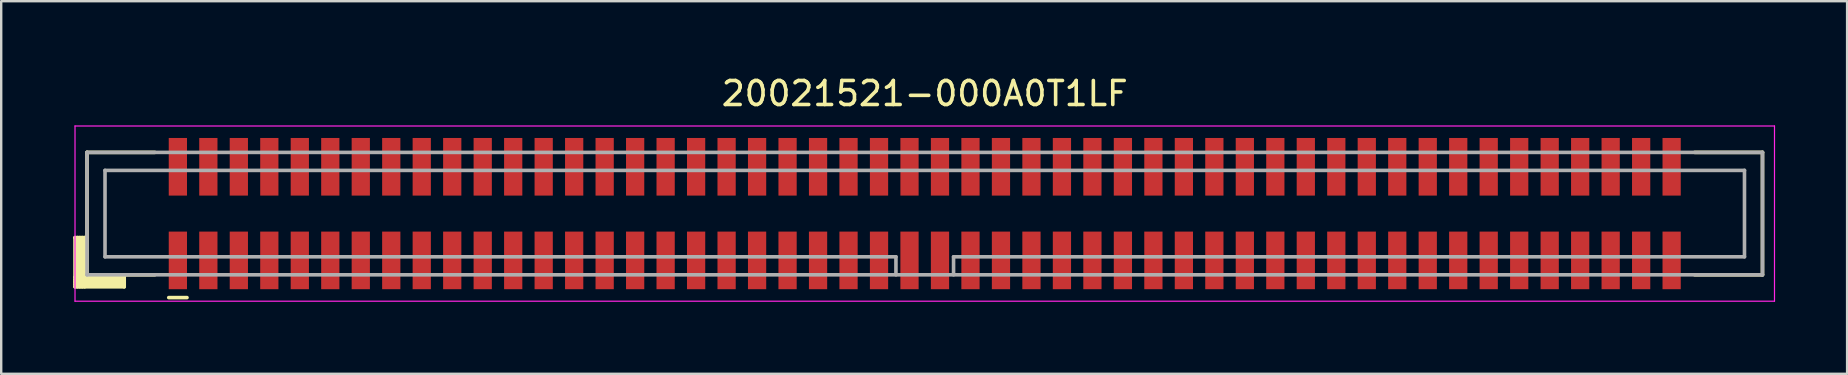
<source format=kicad_pcb>
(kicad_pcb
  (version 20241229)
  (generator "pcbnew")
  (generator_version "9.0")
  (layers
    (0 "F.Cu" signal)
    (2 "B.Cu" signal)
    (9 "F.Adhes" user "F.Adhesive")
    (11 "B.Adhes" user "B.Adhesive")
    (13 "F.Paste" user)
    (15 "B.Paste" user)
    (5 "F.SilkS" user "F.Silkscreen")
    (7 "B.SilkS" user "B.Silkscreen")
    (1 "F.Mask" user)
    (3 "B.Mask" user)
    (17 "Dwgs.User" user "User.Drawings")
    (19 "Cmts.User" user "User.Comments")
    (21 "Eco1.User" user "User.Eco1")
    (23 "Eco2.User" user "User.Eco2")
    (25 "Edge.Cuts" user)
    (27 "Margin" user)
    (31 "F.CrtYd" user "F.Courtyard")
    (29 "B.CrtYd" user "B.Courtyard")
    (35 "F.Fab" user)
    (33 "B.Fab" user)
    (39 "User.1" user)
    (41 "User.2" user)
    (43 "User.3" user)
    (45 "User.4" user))
  (footprint "20021521-000A0T1LF"
    (layer "F.Cu")
    (at 35.475 5.848)
    (property "Reference" "20021521-000A0T1LF" (at 0 -5 0) (layer "F.SilkS") (effects (font (size 1 1) (thickness 0.15))))
    (attr smd)
    (fp_line (start -35.4 1) (end -35.4 3.05) (stroke (width 0.15) (type solid)) (layer "F.SilkS"))
    (fp_line (start -35.4 1) (end -34.925 1) (stroke (width 0.15) (type solid)) (layer "F.SilkS"))
    (fp_line (start -35.4 2.65) (end -33.35 2.65) (stroke (width 0.15) (type solid)) (layer "F.SilkS"))
    (fp_line (start -35.4 2.75) (end -33.35 2.75) (stroke (width 0.15) (type solid)) (layer "F.SilkS"))
    (fp_line (start -35.4 2.85) (end -33.35 2.85) (stroke (width 0.15) (type solid)) (layer "F.SilkS"))
    (fp_line (start -35.4 2.95) (end -33.35 2.95) (stroke (width 0.15) (type solid)) (layer "F.SilkS"))
    (fp_line (start -35.4 3.05) (end -33.35 3.05) (stroke (width 0.15) (type solid)) (layer "F.SilkS"))
    (fp_line (start -35.3 1) (end -35.3 3.05) (stroke (width 0.15) (type solid)) (layer "F.SilkS"))
    (fp_line (start -35.2 1) (end -35.2 3.05) (stroke (width 0.15) (type solid)) (layer "F.SilkS"))
    (fp_line (start -35.1 1) (end -35.1 3.05) (stroke (width 0.15) (type solid)) (layer "F.SilkS"))
    (fp_line (start -35 1) (end -35 3.05) (stroke (width 0.15) (type solid)) (layer "F.SilkS"))
    (fp_line (start -34.9 -2.55) (end -34.9 2.55) (stroke (width 0.15) (type solid)) (layer "F.SilkS"))
    (fp_line (start -34.9 -2.55) (end -32.075 -2.55) (stroke (width 0.15) (type solid)) (layer "F.SilkS"))
    (fp_line (start -34.9 2.55) (end -32.075 2.55) (stroke (width 0.15) (type solid)) (layer "F.SilkS"))
    (fp_line (start -33.35 2.55) (end -33.35 3.05) (stroke (width 0.15) (type solid)) (layer "F.SilkS"))
    (fp_line (start -31.495 3.5) (end -30.735 3.5) (stroke (width 0.15) (type solid)) (layer "F.SilkS"))
    (fp_line (start 32.075 -2.55) (end 34.9 -2.55) (stroke (width 0.15) (type solid)) (layer "F.SilkS"))
    (fp_line (start 32.075 2.55) (end 34.9 2.55) (stroke (width 0.15) (type solid)) (layer "F.SilkS"))
    (fp_line (start 34.9 -2.55) (end 34.9 2.55) (stroke (width 0.15) (type solid)) (layer "F.SilkS"))
    (fp_line (start -35.4 -3.65) (end -35.4 3.65) (stroke (width 0.05) (type solid)) (layer "F.CrtYd"))
    (fp_line (start -35.4 -3.65) (end 35.4 -3.65) (stroke (width 0.05) (type solid)) (layer "F.CrtYd"))
    (fp_line (start -35.4 3.65) (end 35.4 3.65) (stroke (width 0.05) (type solid)) (layer "F.CrtYd"))
    (fp_line (start 35.4 -3.65) (end 35.4 3.65) (stroke (width 0.05) (type solid)) (layer "F.CrtYd"))
    (fp_line (start -34.9 -2.55) (end -34.9 2.55) (stroke (width 0.15) (type solid)) (layer "F.Fab"))
    (fp_line (start -34.9 -2.55) (end 34.9 -2.55) (stroke (width 0.15) (type solid)) (layer "F.Fab"))
    (fp_line (start -34.9 2.55) (end 34.9 2.55) (stroke (width 0.15) (type solid)) (layer "F.Fab"))
    (fp_line (start -34.15 -1.8) (end -34.15 1.8) (stroke (width 0.15) (type solid)) (layer "F.Fab"))
    (fp_line (start -34.15 -1.8) (end 34.15 -1.8) (stroke (width 0.15) (type solid)) (layer "F.Fab"))
    (fp_line (start -34.15 1.8) (end -1.2 1.8) (stroke (width 0.15) (type solid)) (layer "F.Fab"))
    (fp_line (start -1.2 1.8) (end -1.2 2.55) (stroke (width 0.15) (type solid)) (layer "F.Fab"))
    (fp_line (start 1.2 1.8) (end 1.2 2.55) (stroke (width 0.15) (type solid)) (layer "F.Fab"))
    (fp_line (start 1.2 1.8) (end 34.15 1.8) (stroke (width 0.15) (type solid)) (layer "F.Fab"))
    (fp_line (start 34.15 -1.8) (end 34.15 1.8) (stroke (width 0.15) (type solid)) (layer "F.Fab"))
    (fp_line (start 34.9 -2.55) (end 34.9 2.55) (stroke (width 0.15) (type solid)) (layer "F.Fab"))
    (pad "1" smd rect (at -31.115 1.95) (size 0.76 2.4) (layers "F.Cu" "F.Mask" "F.Paste"))
    (pad "2" smd rect (at -31.115 -1.95) (size 0.76 2.4) (layers "F.Cu" "F.Mask" "F.Paste"))
    (pad "3" smd rect (at -29.845 1.95) (size 0.76 2.4) (layers "F.Cu" "F.Mask" "F.Paste"))
    (pad "4" smd rect (at -29.845 -1.95) (size 0.76 2.4) (layers "F.Cu" "F.Mask" "F.Paste"))
    (pad "5" smd rect (at -28.575 1.95) (size 0.76 2.4) (layers "F.Cu" "F.Mask" "F.Paste"))
    (pad "6" smd rect (at -28.575 -1.95) (size 0.76 2.4) (layers "F.Cu" "F.Mask" "F.Paste"))
    (pad "7" smd rect (at -27.305 1.95) (size 0.76 2.4) (layers "F.Cu" "F.Mask" "F.Paste"))
    (pad "8" smd rect (at -27.305 -1.95) (size 0.76 2.4) (layers "F.Cu" "F.Mask" "F.Paste"))
    (pad "9" smd rect (at -26.035 1.95) (size 0.76 2.4) (layers "F.Cu" "F.Mask" "F.Paste"))
    (pad "10" smd rect (at -26.035 -1.95) (size 0.76 2.4) (layers "F.Cu" "F.Mask" "F.Paste"))
    (pad "11" smd rect (at -24.765 1.95) (size 0.76 2.4) (layers "F.Cu" "F.Mask" "F.Paste"))
    (pad "12" smd rect (at -24.765 -1.95) (size 0.76 2.4) (layers "F.Cu" "F.Mask" "F.Paste"))
    (pad "13" smd rect (at -23.495 1.95) (size 0.76 2.4) (layers "F.Cu" "F.Mask" "F.Paste"))
    (pad "14" smd rect (at -23.495 -1.95) (size 0.76 2.4) (layers "F.Cu" "F.Mask" "F.Paste"))
    (pad "15" smd rect (at -22.225 1.95) (size 0.76 2.4) (layers "F.Cu" "F.Mask" "F.Paste"))
    (pad "16" smd rect (at -22.225 -1.95) (size 0.76 2.4) (layers "F.Cu" "F.Mask" "F.Paste"))
    (pad "17" smd rect (at -20.955 1.95) (size 0.76 2.4) (layers "F.Cu" "F.Mask" "F.Paste"))
    (pad "18" smd rect (at -20.955 -1.95) (size 0.76 2.4) (layers "F.Cu" "F.Mask" "F.Paste"))
    (pad "19" smd rect (at -19.685 1.95) (size 0.76 2.4) (layers "F.Cu" "F.Mask" "F.Paste"))
    (pad "20" smd rect (at -19.685 -1.95) (size 0.76 2.4) (layers "F.Cu" "F.Mask" "F.Paste"))
    (pad "21" smd rect (at -18.415 1.95) (size 0.76 2.4) (layers "F.Cu" "F.Mask" "F.Paste"))
    (pad "22" smd rect (at -18.415 -1.95) (size 0.76 2.4) (layers "F.Cu" "F.Mask" "F.Paste"))
    (pad "23" smd rect (at -17.145 1.95) (size 0.76 2.4) (layers "F.Cu" "F.Mask" "F.Paste"))
    (pad "24" smd rect (at -17.145 -1.95) (size 0.76 2.4) (layers "F.Cu" "F.Mask" "F.Paste"))
    (pad "25" smd rect (at -15.875 1.95) (size 0.76 2.4) (layers "F.Cu" "F.Mask" "F.Paste"))
    (pad "26" smd rect (at -15.875 -1.95) (size 0.76 2.4) (layers "F.Cu" "F.Mask" "F.Paste"))
    (pad "27" smd rect (at -14.605 1.95) (size 0.76 2.4) (layers "F.Cu" "F.Mask" "F.Paste"))
    (pad "28" smd rect (at -14.605 -1.95) (size 0.76 2.4) (layers "F.Cu" "F.Mask" "F.Paste"))
    (pad "29" smd rect (at -13.335 1.95) (size 0.76 2.4) (layers "F.Cu" "F.Mask" "F.Paste"))
    (pad "30" smd rect (at -13.335 -1.95) (size 0.76 2.4) (layers "F.Cu" "F.Mask" "F.Paste"))
    (pad "31" smd rect (at -12.065 1.95) (size 0.76 2.4) (layers "F.Cu" "F.Mask" "F.Paste"))
    (pad "32" smd rect (at -12.065 -1.95) (size 0.76 2.4) (layers "F.Cu" "F.Mask" "F.Paste"))
    (pad "33" smd rect (at -10.795 1.95) (size 0.76 2.4) (layers "F.Cu" "F.Mask" "F.Paste"))
    (pad "34" smd rect (at -10.795 -1.95) (size 0.76 2.4) (layers "F.Cu" "F.Mask" "F.Paste"))
    (pad "35" smd rect (at -9.525 1.95) (size 0.76 2.4) (layers "F.Cu" "F.Mask" "F.Paste"))
    (pad "36" smd rect (at -9.525 -1.95) (size 0.76 2.4) (layers "F.Cu" "F.Mask" "F.Paste"))
    (pad "37" smd rect (at -8.255 1.95) (size 0.76 2.4) (layers "F.Cu" "F.Mask" "F.Paste"))
    (pad "38" smd rect (at -8.255 -1.95) (size 0.76 2.4) (layers "F.Cu" "F.Mask" "F.Paste"))
    (pad "39" smd rect (at -6.985 1.95) (size 0.76 2.4) (layers "F.Cu" "F.Mask" "F.Paste"))
    (pad "40" smd rect (at -6.985 -1.95) (size 0.76 2.4) (layers "F.Cu" "F.Mask" "F.Paste"))
    (pad "41" smd rect (at -5.715 1.95) (size 0.76 2.4) (layers "F.Cu" "F.Mask" "F.Paste"))
    (pad "42" smd rect (at -5.715 -1.95) (size 0.76 2.4) (layers "F.Cu" "F.Mask" "F.Paste"))
    (pad "43" smd rect (at -4.445 1.95) (size 0.76 2.4) (layers "F.Cu" "F.Mask" "F.Paste"))
    (pad "44" smd rect (at -4.445 -1.95) (size 0.76 2.4) (layers "F.Cu" "F.Mask" "F.Paste"))
    (pad "45" smd rect (at -3.175 1.95) (size 0.76 2.4) (layers "F.Cu" "F.Mask" "F.Paste"))
    (pad "46" smd rect (at -3.175 -1.95) (size 0.76 2.4) (layers "F.Cu" "F.Mask" "F.Paste"))
    (pad "47" smd rect (at -1.905 1.95) (size 0.76 2.4) (layers "F.Cu" "F.Mask" "F.Paste"))
    (pad "48" smd rect (at -1.905 -1.95) (size 0.76 2.4) (layers "F.Cu" "F.Mask" "F.Paste"))
    (pad "49" smd rect (at -0.635 1.95) (size 0.76 2.4) (layers "F.Cu" "F.Mask" "F.Paste"))
    (pad "50" smd rect (at -0.635 -1.95) (size 0.76 2.4) (layers "F.Cu" "F.Mask" "F.Paste"))
    (pad "51" smd rect (at 0.635 1.95) (size 0.76 2.4) (layers "F.Cu" "F.Mask" "F.Paste"))
    (pad "52" smd rect (at 0.635 -1.95) (size 0.76 2.4) (layers "F.Cu" "F.Mask" "F.Paste"))
    (pad "53" smd rect (at 1.905 1.95) (size 0.76 2.4) (layers "F.Cu" "F.Mask" "F.Paste"))
    (pad "54" smd rect (at 1.905 -1.95) (size 0.76 2.4) (layers "F.Cu" "F.Mask" "F.Paste"))
    (pad "55" smd rect (at 3.175 1.95) (size 0.76 2.4) (layers "F.Cu" "F.Mask" "F.Paste"))
    (pad "56" smd rect (at 3.175 -1.95) (size 0.76 2.4) (layers "F.Cu" "F.Mask" "F.Paste"))
    (pad "57" smd rect (at 4.445 1.95) (size 0.76 2.4) (layers "F.Cu" "F.Mask" "F.Paste"))
    (pad "58" smd rect (at 4.445 -1.95) (size 0.76 2.4) (layers "F.Cu" "F.Mask" "F.Paste"))
    (pad "59" smd rect (at 5.715 1.95) (size 0.76 2.4) (layers "F.Cu" "F.Mask" "F.Paste"))
    (pad "60" smd rect (at 5.715 -1.95) (size 0.76 2.4) (layers "F.Cu" "F.Mask" "F.Paste"))
    (pad "61" smd rect (at 6.985 1.95) (size 0.76 2.4) (layers "F.Cu" "F.Mask" "F.Paste"))
    (pad "62" smd rect (at 6.985 -1.95) (size 0.76 2.4) (layers "F.Cu" "F.Mask" "F.Paste"))
    (pad "63" smd rect (at 8.255 1.95) (size 0.76 2.4) (layers "F.Cu" "F.Mask" "F.Paste"))
    (pad "64" smd rect (at 8.255 -1.95) (size 0.76 2.4) (layers "F.Cu" "F.Mask" "F.Paste"))
    (pad "65" smd rect (at 9.525 1.95) (size 0.76 2.4) (layers "F.Cu" "F.Mask" "F.Paste"))
    (pad "66" smd rect (at 9.525 -1.95) (size 0.76 2.4) (layers "F.Cu" "F.Mask" "F.Paste"))
    (pad "67" smd rect (at 10.795 1.95) (size 0.76 2.4) (layers "F.Cu" "F.Mask" "F.Paste"))
    (pad "68" smd rect (at 10.795 -1.95) (size 0.76 2.4) (layers "F.Cu" "F.Mask" "F.Paste"))
    (pad "69" smd rect (at 12.065 1.95) (size 0.76 2.4) (layers "F.Cu" "F.Mask" "F.Paste"))
    (pad "70" smd rect (at 12.065 -1.95) (size 0.76 2.4) (layers "F.Cu" "F.Mask" "F.Paste"))
    (pad "71" smd rect (at 13.335 1.95) (size 0.76 2.4) (layers "F.Cu" "F.Mask" "F.Paste"))
    (pad "72" smd rect (at 13.335 -1.95) (size 0.76 2.4) (layers "F.Cu" "F.Mask" "F.Paste"))
    (pad "73" smd rect (at 14.605 1.95) (size 0.76 2.4) (layers "F.Cu" "F.Mask" "F.Paste"))
    (pad "74" smd rect (at 14.605 -1.95) (size 0.76 2.4) (layers "F.Cu" "F.Mask" "F.Paste"))
    (pad "75" smd rect (at 15.875 1.95) (size 0.76 2.4) (layers "F.Cu" "F.Mask" "F.Paste"))
    (pad "76" smd rect (at 15.875 -1.95) (size 0.76 2.4) (layers "F.Cu" "F.Mask" "F.Paste"))
    (pad "77" smd rect (at 17.145 1.95) (size 0.76 2.4) (layers "F.Cu" "F.Mask" "F.Paste"))
    (pad "78" smd rect (at 17.145 -1.95) (size 0.76 2.4) (layers "F.Cu" "F.Mask" "F.Paste"))
    (pad "79" smd rect (at 18.415 1.95) (size 0.76 2.4) (layers "F.Cu" "F.Mask" "F.Paste"))
    (pad "80" smd rect (at 18.415 -1.95) (size 0.76 2.4) (layers "F.Cu" "F.Mask" "F.Paste"))
    (pad "81" smd rect (at 19.685 1.95) (size 0.76 2.4) (layers "F.Cu" "F.Mask" "F.Paste"))
    (pad "82" smd rect (at 19.685 -1.95) (size 0.76 2.4) (layers "F.Cu" "F.Mask" "F.Paste"))
    (pad "83" smd rect (at 20.955 1.95) (size 0.76 2.4) (layers "F.Cu" "F.Mask" "F.Paste"))
    (pad "84" smd rect (at 20.955 -1.95) (size 0.76 2.4) (layers "F.Cu" "F.Mask" "F.Paste"))
    (pad "85" smd rect (at 22.225 1.95) (size 0.76 2.4) (layers "F.Cu" "F.Mask" "F.Paste"))
    (pad "86" smd rect (at 22.225 -1.95) (size 0.76 2.4) (layers "F.Cu" "F.Mask" "F.Paste"))
    (pad "87" smd rect (at 23.495 1.95) (size 0.76 2.4) (layers "F.Cu" "F.Mask" "F.Paste"))
    (pad "88" smd rect (at 23.495 -1.95) (size 0.76 2.4) (layers "F.Cu" "F.Mask" "F.Paste"))
    (pad "89" smd rect (at 24.765 1.95) (size 0.76 2.4) (layers "F.Cu" "F.Mask" "F.Paste"))
    (pad "90" smd rect (at 24.765 -1.95) (size 0.76 2.4) (layers "F.Cu" "F.Mask" "F.Paste"))
    (pad "91" smd rect (at 26.035 1.95) (size 0.76 2.4) (layers "F.Cu" "F.Mask" "F.Paste"))
    (pad "92" smd rect (at 26.035 -1.95) (size 0.76 2.4) (layers "F.Cu" "F.Mask" "F.Paste"))
    (pad "93" smd rect (at 27.305 1.95) (size 0.76 2.4) (layers "F.Cu" "F.Mask" "F.Paste"))
    (pad "94" smd rect (at 27.305 -1.95) (size 0.76 2.4) (layers "F.Cu" "F.Mask" "F.Paste"))
    (pad "95" smd rect (at 28.575 1.95) (size 0.76 2.4) (layers "F.Cu" "F.Mask" "F.Paste"))
    (pad "96" smd rect (at 28.575 -1.95) (size 0.76 2.4) (layers "F.Cu" "F.Mask" "F.Paste"))
    (pad "97" smd rect (at 29.845 1.95) (size 0.76 2.4) (layers "F.Cu" "F.Mask" "F.Paste"))
    (pad "98" smd rect (at 29.845 -1.95) (size 0.76 2.4) (layers "F.Cu" "F.Mask" "F.Paste"))
    (pad "99" smd rect (at 31.115 1.95) (size 0.76 2.4) (layers "F.Cu" "F.Mask" "F.Paste"))
    (pad "100" smd rect (at 31.115 -1.95) (size 0.76 2.4) (layers "F.Cu" "F.Mask" "F.Paste")))
  (gr_rect
    (start -3 -3)
    (end 73.9 12.523)
    (stroke (width 0.1) (type default))
    (fill no)
    (layer "Edge.Cuts")))
</source>
